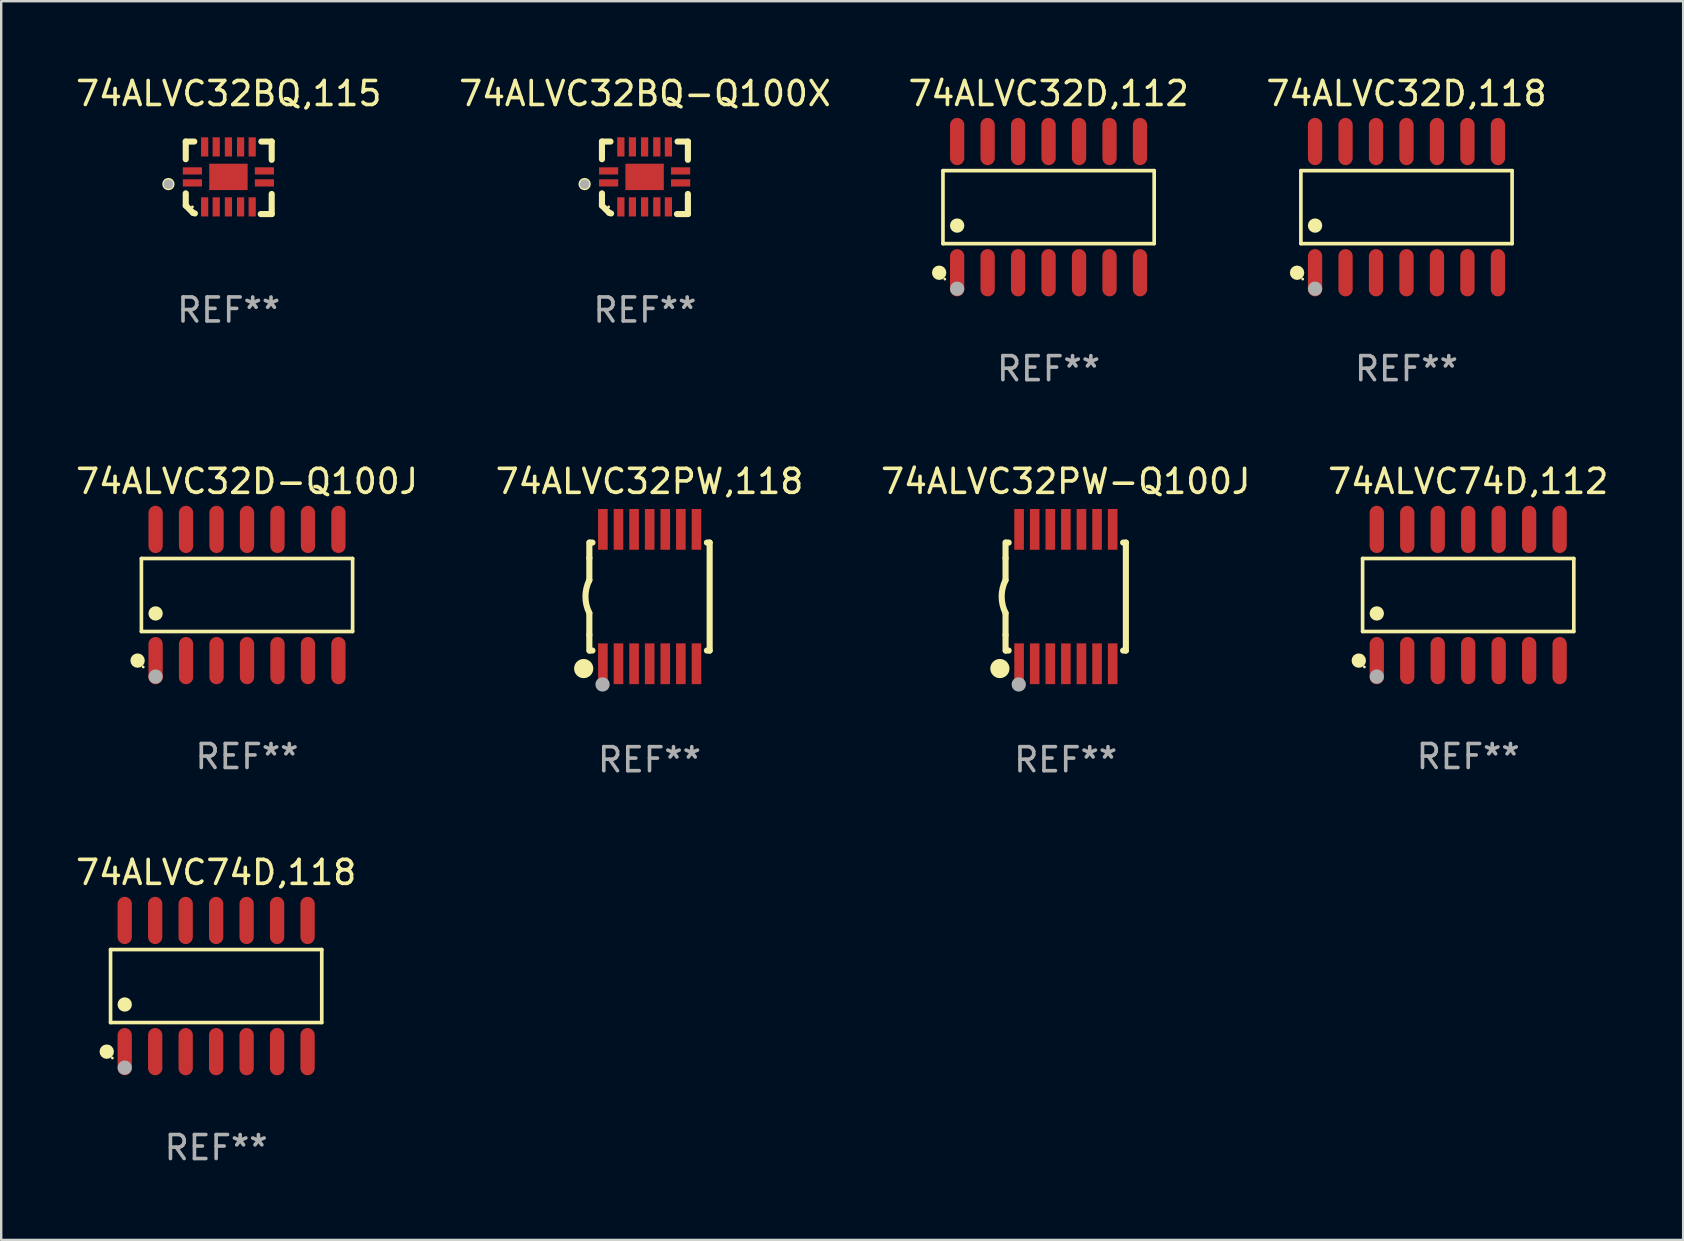
<source format=kicad_pcb>
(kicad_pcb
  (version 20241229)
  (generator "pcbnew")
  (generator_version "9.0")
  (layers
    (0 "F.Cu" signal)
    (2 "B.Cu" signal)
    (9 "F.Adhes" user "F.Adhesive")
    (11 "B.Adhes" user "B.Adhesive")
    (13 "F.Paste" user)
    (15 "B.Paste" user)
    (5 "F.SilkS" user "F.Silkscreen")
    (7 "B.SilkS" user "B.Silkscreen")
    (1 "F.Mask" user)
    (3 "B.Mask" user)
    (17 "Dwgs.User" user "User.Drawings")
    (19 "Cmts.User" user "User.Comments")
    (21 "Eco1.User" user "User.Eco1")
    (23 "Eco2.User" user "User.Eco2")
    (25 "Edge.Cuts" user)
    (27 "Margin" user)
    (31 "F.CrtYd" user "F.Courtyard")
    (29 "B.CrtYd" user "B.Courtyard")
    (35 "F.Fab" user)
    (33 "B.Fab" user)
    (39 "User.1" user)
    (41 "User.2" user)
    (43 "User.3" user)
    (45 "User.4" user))
  (footprint "74ALVC74D,112"
    (layer "F.Cu")
    (at 58.137 21.746)
    (property "Reference" "74ALVC74D,112" (at 0 -4.734 0) (layer "F.SilkS") (effects (font (size 1 1) (thickness 0.15))))
    (attr through_hole)
    (fp_line (start -4.401 -1.521) (end 4.401 -1.521) (stroke (width 0.152) (type solid)) (layer "F.SilkS"))
    (fp_line (start -4.401 1.521) (end -4.401 -1.521) (stroke (width 0.152) (type solid)) (layer "F.SilkS"))
    (fp_line (start 4.401 -1.521) (end 4.401 1.521) (stroke (width 0.152) (type solid)) (layer "F.SilkS"))
    (fp_line (start 4.401 1.521) (end -4.401 1.521) (stroke (width 0.152) (type solid)) (layer "F.SilkS"))
    (fp_circle (center -4.56 2.734) (end -4.41 2.734) (stroke (width 0.3) (type solid)) (fill no) (layer "F.SilkS"))
    (fp_circle (center -4.325 3) (end -4.295 3) (stroke (width 0.06) (type solid)) (fill no) (layer "F.SilkS"))
    (fp_circle (center -3.81 0.769) (end -3.66 0.769) (stroke (width 0.3) (type solid)) (fill no) (layer "F.SilkS"))
    (fp_circle (center -3.81 3.4) (end -3.66 3.4) (stroke (width 0.3) (type solid)) (fill no) (layer "F.Fab"))
    (fp_text user "REF**" (at 0 6.734 0) (layer "F.Fab") (effects (font (size 1 1) (thickness 0.15))))
    (pad "1" smd oval (at -3.81 2.734) (size 0.595 1.968) (layers "F.Cu" "F.Mask" "F.Paste"))
    (pad "2" smd oval (at -2.54 2.734) (size 0.595 1.968) (layers "F.Cu" "F.Mask" "F.Paste"))
    (pad "3" smd oval (at -1.27 2.734) (size 0.595 1.968) (layers "F.Cu" "F.Mask" "F.Paste"))
    (pad "4" smd oval (at 0 2.734) (size 0.595 1.968) (layers "F.Cu" "F.Mask" "F.Paste"))
    (pad "5" smd oval (at 1.27 2.734) (size 0.595 1.968) (layers "F.Cu" "F.Mask" "F.Paste"))
    (pad "6" smd oval (at 2.54 2.734) (size 0.595 1.968) (layers "F.Cu" "F.Mask" "F.Paste"))
    (pad "7" smd oval (at 3.81 2.734) (size 0.595 1.968) (layers "F.Cu" "F.Mask" "F.Paste"))
    (pad "8" smd oval (at 3.81 -2.734) (size 0.595 1.968) (layers "F.Cu" "F.Mask" "F.Paste"))
    (pad "9" smd oval (at 2.54 -2.734) (size 0.595 1.968) (layers "F.Cu" "F.Mask" "F.Paste"))
    (pad "10" smd oval (at 1.27 -2.734) (size 0.595 1.968) (layers "F.Cu" "F.Mask" "F.Paste"))
    (pad "11" smd oval (at 0 -2.734) (size 0.595 1.968) (layers "F.Cu" "F.Mask" "F.Paste"))
    (pad "12" smd oval (at -1.27 -2.734) (size 0.595 1.968) (layers "F.Cu" "F.Mask" "F.Paste"))
    (pad "13" smd oval (at -2.54 -2.734) (size 0.595 1.968) (layers "F.Cu" "F.Mask" "F.Paste"))
    (pad "14" smd oval (at -3.81 -2.734) (size 0.595 1.968) (layers "F.Cu" "F.Mask" "F.Paste")))
  (footprint "74ALVC32BQ,115"
    (layer "F.Cu")
    (at 6.482 4.36)
    (property "Reference" "74ALVC32BQ,115" (at 0 -3.511 0) (layer "F.SilkS") (effects (font (size 1 1) (thickness 0.15))))
    (attr through_hole)
    (fp_line (start -1.791 -1.511) (end -1.435 -1.511) (stroke (width 0.254) (type solid)) (layer "F.SilkS"))
    (fp_line (start -1.791 -0.775) (end -1.791 -1.511) (stroke (width 0.254) (type solid)) (layer "F.SilkS"))
    (fp_line (start -1.791 1.156) (end -1.791 0.648) (stroke (width 0.254) (type solid)) (layer "F.SilkS"))
    (fp_line (start -1.486 1.461) (end -1.791 1.156) (stroke (width 0.254) (type solid)) (layer "F.SilkS"))
    (fp_line (start -1.41 1.486) (end -1.486 1.461) (stroke (width 0.254) (type solid)) (layer "F.SilkS"))
    (fp_line (start 1.334 1.511) (end 1.791 1.511) (stroke (width 0.254) (type solid)) (layer "F.SilkS"))
    (fp_line (start 1.791 -1.511) (end 1.359 -1.511) (stroke (width 0.254) (type solid)) (layer "F.SilkS"))
    (fp_line (start 1.791 -0.749) (end 1.791 -1.511) (stroke (width 0.254) (type solid)) (layer "F.SilkS"))
    (fp_line (start 1.791 1.511) (end 1.791 0.673) (stroke (width 0.254) (type solid)) (layer "F.SilkS"))
    (fp_circle (center -2.513 0.262) (end -2.383 0.262) (stroke (width 0.254) (type solid)) (fill no) (layer "F.SilkS"))
    (fp_circle (center -1.513 1.212) (end -1.483 1.212) (stroke (width 0.06) (type solid)) (fill no) (layer "F.SilkS"))
    (fp_circle (center -2.513 0.262) (end -2.413 0.262) (stroke (width 0.2) (type solid)) (fill no) (layer "F.Fab"))
    (fp_text user "REF**" (at 0 5.511 0) (layer "F.Fab") (effects (font (size 1 1) (thickness 0.15))))
    (pad "1" smd rect (at -1.513 0.212) (size 0.8 0.3) (layers "F.Cu" "F.Mask" "F.Paste"))
    (pad "2" smd rect (at -1.003 1.212) (size 0.3 0.8) (layers "F.Cu" "F.Mask" "F.Paste"))
    (pad "3" smd rect (at -0.521 1.212) (size 0.3 0.8) (layers "F.Cu" "F.Mask" "F.Paste"))
    (pad "4" smd rect (at -0.013 1.212) (size 0.3 0.8) (layers "F.Cu" "F.Mask" "F.Paste"))
    (pad "5" smd rect (at 0.495 1.212) (size 0.3 0.8) (layers "F.Cu" "F.Mask" "F.Paste"))
    (pad "6" smd rect (at 0.978 1.212) (size 0.3 0.8) (layers "F.Cu" "F.Mask" "F.Paste"))
    (pad "7" smd rect (at 1.487 0.212) (size 0.8 0.3) (layers "F.Cu" "F.Mask" "F.Paste"))
    (pad "8" smd rect (at 1.487 -0.288) (size 0.8 0.3) (layers "F.Cu" "F.Mask" "F.Paste"))
    (pad "9" smd rect (at 0.978 -1.288) (size 0.3 0.8) (layers "F.Cu" "F.Mask" "F.Paste"))
    (pad "10" smd rect (at 0.495 -1.288) (size 0.3 0.8) (layers "F.Cu" "F.Mask" "F.Paste"))
    (pad "11" smd rect (at -0.013 -1.288) (size 0.3 0.8) (layers "F.Cu" "F.Mask" "F.Paste"))
    (pad "12" smd rect (at -0.521 -1.288) (size 0.3 0.8) (layers "F.Cu" "F.Mask" "F.Paste"))
    (pad "13" smd rect (at -1.003 -1.288) (size 0.3 0.8) (layers "F.Cu" "F.Mask" "F.Paste"))
    (pad "14" smd rect (at -1.513 -0.288) (size 0.8 0.3) (layers "F.Cu" "F.Mask" "F.Paste"))
    (pad "15" smd rect (at -0.013 -0.038 90) (size 1.1 1.6) (layers "F.Cu" "F.Mask" "F.Paste")))
  (footprint "74ALVC32D-Q100J"
    (layer "F.Cu")
    (at 7.244 21.746)
    (property "Reference" "74ALVC32D-Q100J" (at 0 -4.734 0) (layer "F.SilkS") (effects (font (size 1 1) (thickness 0.15))))
    (attr through_hole)
    (fp_line (start -4.401 -1.521) (end 4.401 -1.521) (stroke (width 0.152) (type solid)) (layer "F.SilkS"))
    (fp_line (start -4.401 1.521) (end -4.401 -1.521) (stroke (width 0.152) (type solid)) (layer "F.SilkS"))
    (fp_line (start 4.401 -1.521) (end 4.401 1.521) (stroke (width 0.152) (type solid)) (layer "F.SilkS"))
    (fp_line (start 4.401 1.521) (end -4.401 1.521) (stroke (width 0.152) (type solid)) (layer "F.SilkS"))
    (fp_circle (center -4.56 2.734) (end -4.41 2.734) (stroke (width 0.3) (type solid)) (fill no) (layer "F.SilkS"))
    (fp_circle (center -4.325 3) (end -4.295 3) (stroke (width 0.06) (type solid)) (fill no) (layer "F.SilkS"))
    (fp_circle (center -3.81 0.769) (end -3.66 0.769) (stroke (width 0.3) (type solid)) (fill no) (layer "F.SilkS"))
    (fp_circle (center -3.81 3.4) (end -3.66 3.4) (stroke (width 0.3) (type solid)) (fill no) (layer "F.Fab"))
    (fp_text user "REF**" (at 0 6.734 0) (layer "F.Fab") (effects (font (size 1 1) (thickness 0.15))))
    (pad "1" smd oval (at -3.81 2.734) (size 0.595 1.968) (layers "F.Cu" "F.Mask" "F.Paste"))
    (pad "2" smd oval (at -2.54 2.734) (size 0.595 1.968) (layers "F.Cu" "F.Mask" "F.Paste"))
    (pad "3" smd oval (at -1.27 2.734) (size 0.595 1.968) (layers "F.Cu" "F.Mask" "F.Paste"))
    (pad "4" smd oval (at 0 2.734) (size 0.595 1.968) (layers "F.Cu" "F.Mask" "F.Paste"))
    (pad "5" smd oval (at 1.27 2.734) (size 0.595 1.968) (layers "F.Cu" "F.Mask" "F.Paste"))
    (pad "6" smd oval (at 2.54 2.734) (size 0.595 1.968) (layers "F.Cu" "F.Mask" "F.Paste"))
    (pad "7" smd oval (at 3.81 2.734) (size 0.595 1.968) (layers "F.Cu" "F.Mask" "F.Paste"))
    (pad "8" smd oval (at 3.81 -2.734) (size 0.595 1.968) (layers "F.Cu" "F.Mask" "F.Paste"))
    (pad "9" smd oval (at 2.54 -2.734) (size 0.595 1.968) (layers "F.Cu" "F.Mask" "F.Paste"))
    (pad "10" smd oval (at 1.27 -2.734) (size 0.595 1.968) (layers "F.Cu" "F.Mask" "F.Paste"))
    (pad "11" smd oval (at 0 -2.734) (size 0.595 1.968) (layers "F.Cu" "F.Mask" "F.Paste"))
    (pad "12" smd oval (at -1.27 -2.734) (size 0.595 1.968) (layers "F.Cu" "F.Mask" "F.Paste"))
    (pad "13" smd oval (at -2.54 -2.734) (size 0.595 1.968) (layers "F.Cu" "F.Mask" "F.Paste"))
    (pad "14" smd oval (at -3.81 -2.734) (size 0.595 1.968) (layers "F.Cu" "F.Mask" "F.Paste")))
  (footprint "74ALVC32PW,118"
    (layer "F.Cu")
    (at 24.018 21.812)
    (property "Reference" "74ALVC32PW,118" (at 0 -4.8 0) (layer "F.SilkS") (effects (font (size 1 1) (thickness 0.15))))
    (attr through_hole)
    (fp_line (start -2.507 -1.6) (end -2.507 -2.25) (stroke (width 0.254) (type solid)) (layer "F.SilkS"))
    (fp_line (start -2.507 -0.686) (end -2.507 -1.6) (stroke (width 0.254) (type solid)) (layer "F.SilkS"))
    (fp_line (start -2.507 1.6) (end -2.507 0.686) (stroke (width 0.254) (type solid)) (layer "F.SilkS"))
    (fp_line (start -2.507 1.6) (end -2.507 2.25) (stroke (width 0.254) (type solid)) (layer "F.SilkS"))
    (fp_line (start -2.493 -2.25) (end -2.377 -2.25) (stroke (width 0.254) (type solid)) (layer "F.SilkS"))
    (fp_line (start -2.377 2.25) (end -2.493 2.25) (stroke (width 0.254) (type solid)) (layer "F.SilkS"))
    (fp_line (start 2.392 -2.25) (end 2.507 -2.25) (stroke (width 0.254) (type solid)) (layer "F.SilkS"))
    (fp_line (start 2.507 -2.25) (end 2.507 2.25) (stroke (width 0.254) (type solid)) (layer "F.SilkS"))
    (fp_line (start 2.507 2.25) (end 2.392 2.25) (stroke (width 0.254) (type solid)) (layer "F.SilkS"))
    (fp_arc (start -2.507303 0.685802) (mid -2.669199 0) (end -2.507303 -0.685801) (stroke (width 0.254001) (type solid)) (layer "F.SilkS"))
    (fp_circle (center -2.743 3) (end -2.543 3) (stroke (width 0.4) (type solid)) (fill no) (layer "F.SilkS"))
    (fp_circle (center -2.493 3.2) (end -2.463 3.2) (stroke (width 0.06) (type solid)) (fill no) (layer "F.SilkS"))
    (fp_circle (center -1.957 3.662) (end -1.807 3.662) (stroke (width 0.3) (type solid)) (fill no) (layer "F.Fab"))
    (fp_text user "REF**" (at 0 6.8 0) (layer "F.Fab") (effects (font (size 1 1) (thickness 0.15))))
    (pad "1" smd rect (at -1.943 2.8) (size 0.4 1.7) (layers "F.Cu" "F.Mask" "F.Paste"))
    (pad "2" smd rect (at -1.293 2.8) (size 0.4 1.7) (layers "F.Cu" "F.Mask" "F.Paste"))
    (pad "3" smd rect (at -0.643 2.8) (size 0.4 1.7) (layers "F.Cu" "F.Mask" "F.Paste"))
    (pad "4" smd rect (at 0.007 2.8) (size 0.4 1.7) (layers "F.Cu" "F.Mask" "F.Paste"))
    (pad "5" smd rect (at 0.657 2.8) (size 0.4 1.7) (layers "F.Cu" "F.Mask" "F.Paste"))
    (pad "6" smd rect (at 1.307 2.8) (size 0.4 1.7) (layers "F.Cu" "F.Mask" "F.Paste"))
    (pad "7" smd rect (at 1.957 2.8) (size 0.4 1.7) (layers "F.Cu" "F.Mask" "F.Paste"))
    (pad "8" smd rect (at 1.957 -2.8) (size 0.4 1.7) (layers "F.Cu" "F.Mask" "F.Paste"))
    (pad "9" smd rect (at 1.307 -2.8) (size 0.4 1.7) (layers "F.Cu" "F.Mask" "F.Paste"))
    (pad "10" smd rect (at 0.657 -2.8) (size 0.4 1.7) (layers "F.Cu" "F.Mask" "F.Paste"))
    (pad "11" smd rect (at 0.007 -2.8) (size 0.4 1.7) (layers "F.Cu" "F.Mask" "F.Paste"))
    (pad "12" smd rect (at -0.643 -2.8) (size 0.4 1.7) (layers "F.Cu" "F.Mask" "F.Paste"))
    (pad "13" smd rect (at -1.293 -2.8) (size 0.4 1.7) (layers "F.Cu" "F.Mask" "F.Paste"))
    (pad "14" smd rect (at -1.943 -2.8) (size 0.4 1.7) (layers "F.Cu" "F.Mask" "F.Paste")))
  (footprint "74ALVC74D,118"
    (layer "F.Cu")
    (at 5.958 38.043)
    (property "Reference" "74ALVC74D,118" (at 0 -4.734 0) (layer "F.SilkS") (effects (font (size 1 1) (thickness 0.15))))
    (attr through_hole)
    (fp_line (start -4.401 -1.521) (end 4.401 -1.521) (stroke (width 0.152) (type solid)) (layer "F.SilkS"))
    (fp_line (start -4.401 1.521) (end -4.401 -1.521) (stroke (width 0.152) (type solid)) (layer "F.SilkS"))
    (fp_line (start 4.401 -1.521) (end 4.401 1.521) (stroke (width 0.152) (type solid)) (layer "F.SilkS"))
    (fp_line (start 4.401 1.521) (end -4.401 1.521) (stroke (width 0.152) (type solid)) (layer "F.SilkS"))
    (fp_circle (center -4.56 2.734) (end -4.41 2.734) (stroke (width 0.3) (type solid)) (fill no) (layer "F.SilkS"))
    (fp_circle (center -4.325 3) (end -4.295 3) (stroke (width 0.06) (type solid)) (fill no) (layer "F.SilkS"))
    (fp_circle (center -3.81 0.769) (end -3.66 0.769) (stroke (width 0.3) (type solid)) (fill no) (layer "F.SilkS"))
    (fp_circle (center -3.81 3.4) (end -3.66 3.4) (stroke (width 0.3) (type solid)) (fill no) (layer "F.Fab"))
    (fp_text user "REF**" (at 0 6.734 0) (layer "F.Fab") (effects (font (size 1 1) (thickness 0.15))))
    (pad "1" smd oval (at -3.81 2.734) (size 0.595 1.968) (layers "F.Cu" "F.Mask" "F.Paste"))
    (pad "2" smd oval (at -2.54 2.734) (size 0.595 1.968) (layers "F.Cu" "F.Mask" "F.Paste"))
    (pad "3" smd oval (at -1.27 2.734) (size 0.595 1.968) (layers "F.Cu" "F.Mask" "F.Paste"))
    (pad "4" smd oval (at 0 2.734) (size 0.595 1.968) (layers "F.Cu" "F.Mask" "F.Paste"))
    (pad "5" smd oval (at 1.27 2.734) (size 0.595 1.968) (layers "F.Cu" "F.Mask" "F.Paste"))
    (pad "6" smd oval (at 2.54 2.734) (size 0.595 1.968) (layers "F.Cu" "F.Mask" "F.Paste"))
    (pad "7" smd oval (at 3.81 2.734) (size 0.595 1.968) (layers "F.Cu" "F.Mask" "F.Paste"))
    (pad "8" smd oval (at 3.81 -2.734) (size 0.595 1.968) (layers "F.Cu" "F.Mask" "F.Paste"))
    (pad "9" smd oval (at 2.54 -2.734) (size 0.595 1.968) (layers "F.Cu" "F.Mask" "F.Paste"))
    (pad "10" smd oval (at 1.27 -2.734) (size 0.595 1.968) (layers "F.Cu" "F.Mask" "F.Paste"))
    (pad "11" smd oval (at 0 -2.734) (size 0.595 1.968) (layers "F.Cu" "F.Mask" "F.Paste"))
    (pad "12" smd oval (at -1.27 -2.734) (size 0.595 1.968) (layers "F.Cu" "F.Mask" "F.Paste"))
    (pad "13" smd oval (at -2.54 -2.734) (size 0.595 1.968) (layers "F.Cu" "F.Mask" "F.Paste"))
    (pad "14" smd oval (at -3.81 -2.734) (size 0.595 1.968) (layers "F.Cu" "F.Mask" "F.Paste")))
  (footprint "74ALVC32PW-Q100J"
    (layer "F.Cu")
    (at 41.363 21.812)
    (property "Reference" "74ALVC32PW-Q100J" (at 0 -4.8 0) (layer "F.SilkS") (effects (font (size 1 1) (thickness 0.15))))
    (attr through_hole)
    (fp_line (start -2.507 -1.6) (end -2.507 -2.25) (stroke (width 0.254) (type solid)) (layer "F.SilkS"))
    (fp_line (start -2.507 -0.686) (end -2.507 -1.6) (stroke (width 0.254) (type solid)) (layer "F.SilkS"))
    (fp_line (start -2.507 1.6) (end -2.507 0.686) (stroke (width 0.254) (type solid)) (layer "F.SilkS"))
    (fp_line (start -2.507 1.6) (end -2.507 2.25) (stroke (width 0.254) (type solid)) (layer "F.SilkS"))
    (fp_line (start -2.493 -2.25) (end -2.377 -2.25) (stroke (width 0.254) (type solid)) (layer "F.SilkS"))
    (fp_line (start -2.377 2.25) (end -2.493 2.25) (stroke (width 0.254) (type solid)) (layer "F.SilkS"))
    (fp_line (start 2.392 -2.25) (end 2.507 -2.25) (stroke (width 0.254) (type solid)) (layer "F.SilkS"))
    (fp_line (start 2.507 -2.25) (end 2.507 2.25) (stroke (width 0.254) (type solid)) (layer "F.SilkS"))
    (fp_line (start 2.507 2.25) (end 2.392 2.25) (stroke (width 0.254) (type solid)) (layer "F.SilkS"))
    (fp_arc (start -2.507303 0.685802) (mid -2.669199 0) (end -2.507303 -0.685801) (stroke (width 0.254001) (type solid)) (layer "F.SilkS"))
    (fp_circle (center -2.743 3) (end -2.543 3) (stroke (width 0.4) (type solid)) (fill no) (layer "F.SilkS"))
    (fp_circle (center -2.493 3.2) (end -2.463 3.2) (stroke (width 0.06) (type solid)) (fill no) (layer "F.SilkS"))
    (fp_circle (center -1.957 3.662) (end -1.807 3.662) (stroke (width 0.3) (type solid)) (fill no) (layer "F.Fab"))
    (fp_text user "REF**" (at 0 6.8 0) (layer "F.Fab") (effects (font (size 1 1) (thickness 0.15))))
    (pad "1" smd rect (at -1.943 2.8) (size 0.4 1.7) (layers "F.Cu" "F.Mask" "F.Paste"))
    (pad "2" smd rect (at -1.293 2.8) (size 0.4 1.7) (layers "F.Cu" "F.Mask" "F.Paste"))
    (pad "3" smd rect (at -0.643 2.8) (size 0.4 1.7) (layers "F.Cu" "F.Mask" "F.Paste"))
    (pad "4" smd rect (at 0.007 2.8) (size 0.4 1.7) (layers "F.Cu" "F.Mask" "F.Paste"))
    (pad "5" smd rect (at 0.657 2.8) (size 0.4 1.7) (layers "F.Cu" "F.Mask" "F.Paste"))
    (pad "6" smd rect (at 1.307 2.8) (size 0.4 1.7) (layers "F.Cu" "F.Mask" "F.Paste"))
    (pad "7" smd rect (at 1.957 2.8) (size 0.4 1.7) (layers "F.Cu" "F.Mask" "F.Paste"))
    (pad "8" smd rect (at 1.957 -2.8) (size 0.4 1.7) (layers "F.Cu" "F.Mask" "F.Paste"))
    (pad "9" smd rect (at 1.307 -2.8) (size 0.4 1.7) (layers "F.Cu" "F.Mask" "F.Paste"))
    (pad "10" smd rect (at 0.657 -2.8) (size 0.4 1.7) (layers "F.Cu" "F.Mask" "F.Paste"))
    (pad "11" smd rect (at 0.007 -2.8) (size 0.4 1.7) (layers "F.Cu" "F.Mask" "F.Paste"))
    (pad "12" smd rect (at -0.643 -2.8) (size 0.4 1.7) (layers "F.Cu" "F.Mask" "F.Paste"))
    (pad "13" smd rect (at -1.293 -2.8) (size 0.4 1.7) (layers "F.Cu" "F.Mask" "F.Paste"))
    (pad "14" smd rect (at -1.943 -2.8) (size 0.4 1.7) (layers "F.Cu" "F.Mask" "F.Paste")))
  (footprint "74ALVC32D,118"
    (layer "F.Cu")
    (at 55.565 5.582)
    (property "Reference" "74ALVC32D,118" (at 0 -4.734 0) (layer "F.SilkS") (effects (font (size 1 1) (thickness 0.15))))
    (attr through_hole)
    (fp_line (start -4.401 -1.521) (end 4.401 -1.521) (stroke (width 0.152) (type solid)) (layer "F.SilkS"))
    (fp_line (start -4.401 1.521) (end -4.401 -1.521) (stroke (width 0.152) (type solid)) (layer "F.SilkS"))
    (fp_line (start 4.401 -1.521) (end 4.401 1.521) (stroke (width 0.152) (type solid)) (layer "F.SilkS"))
    (fp_line (start 4.401 1.521) (end -4.401 1.521) (stroke (width 0.152) (type solid)) (layer "F.SilkS"))
    (fp_circle (center -4.56 2.734) (end -4.41 2.734) (stroke (width 0.3) (type solid)) (fill no) (layer "F.SilkS"))
    (fp_circle (center -4.325 3) (end -4.295 3) (stroke (width 0.06) (type solid)) (fill no) (layer "F.SilkS"))
    (fp_circle (center -3.81 0.769) (end -3.66 0.769) (stroke (width 0.3) (type solid)) (fill no) (layer "F.SilkS"))
    (fp_circle (center -3.81 3.4) (end -3.66 3.4) (stroke (width 0.3) (type solid)) (fill no) (layer "F.Fab"))
    (fp_text user "REF**" (at 0 6.734 0) (layer "F.Fab") (effects (font (size 1 1) (thickness 0.15))))
    (pad "1" smd oval (at -3.81 2.734) (size 0.595 1.968) (layers "F.Cu" "F.Mask" "F.Paste"))
    (pad "2" smd oval (at -2.54 2.734) (size 0.595 1.968) (layers "F.Cu" "F.Mask" "F.Paste"))
    (pad "3" smd oval (at -1.27 2.734) (size 0.595 1.968) (layers "F.Cu" "F.Mask" "F.Paste"))
    (pad "4" smd oval (at 0 2.734) (size 0.595 1.968) (layers "F.Cu" "F.Mask" "F.Paste"))
    (pad "5" smd oval (at 1.27 2.734) (size 0.595 1.968) (layers "F.Cu" "F.Mask" "F.Paste"))
    (pad "6" smd oval (at 2.54 2.734) (size 0.595 1.968) (layers "F.Cu" "F.Mask" "F.Paste"))
    (pad "7" smd oval (at 3.81 2.734) (size 0.595 1.968) (layers "F.Cu" "F.Mask" "F.Paste"))
    (pad "8" smd oval (at 3.81 -2.734) (size 0.595 1.968) (layers "F.Cu" "F.Mask" "F.Paste"))
    (pad "9" smd oval (at 2.54 -2.734) (size 0.595 1.968) (layers "F.Cu" "F.Mask" "F.Paste"))
    (pad "10" smd oval (at 1.27 -2.734) (size 0.595 1.968) (layers "F.Cu" "F.Mask" "F.Paste"))
    (pad "11" smd oval (at 0 -2.734) (size 0.595 1.968) (layers "F.Cu" "F.Mask" "F.Paste"))
    (pad "12" smd oval (at -1.27 -2.734) (size 0.595 1.968) (layers "F.Cu" "F.Mask" "F.Paste"))
    (pad "13" smd oval (at -2.54 -2.734) (size 0.595 1.968) (layers "F.Cu" "F.Mask" "F.Paste"))
    (pad "14" smd oval (at -3.81 -2.734) (size 0.595 1.968) (layers "F.Cu" "F.Mask" "F.Paste")))
  (footprint "74ALVC32D,112"
    (layer "F.Cu")
    (at 40.649 5.582)
    (property "Reference" "74ALVC32D,112" (at 0 -4.734 0) (layer "F.SilkS") (effects (font (size 1 1) (thickness 0.15))))
    (attr through_hole)
    (fp_line (start -4.401 -1.521) (end 4.401 -1.521) (stroke (width 0.152) (type solid)) (layer "F.SilkS"))
    (fp_line (start -4.401 1.521) (end -4.401 -1.521) (stroke (width 0.152) (type solid)) (layer "F.SilkS"))
    (fp_line (start 4.401 -1.521) (end 4.401 1.521) (stroke (width 0.152) (type solid)) (layer "F.SilkS"))
    (fp_line (start 4.401 1.521) (end -4.401 1.521) (stroke (width 0.152) (type solid)) (layer "F.SilkS"))
    (fp_circle (center -4.56 2.734) (end -4.41 2.734) (stroke (width 0.3) (type solid)) (fill no) (layer "F.SilkS"))
    (fp_circle (center -4.325 3) (end -4.295 3) (stroke (width 0.06) (type solid)) (fill no) (layer "F.SilkS"))
    (fp_circle (center -3.81 0.769) (end -3.66 0.769) (stroke (width 0.3) (type solid)) (fill no) (layer "F.SilkS"))
    (fp_circle (center -3.81 3.4) (end -3.66 3.4) (stroke (width 0.3) (type solid)) (fill no) (layer "F.Fab"))
    (fp_text user "REF**" (at 0 6.734 0) (layer "F.Fab") (effects (font (size 1 1) (thickness 0.15))))
    (pad "1" smd oval (at -3.81 2.734) (size 0.595 1.968) (layers "F.Cu" "F.Mask" "F.Paste"))
    (pad "2" smd oval (at -2.54 2.734) (size 0.595 1.968) (layers "F.Cu" "F.Mask" "F.Paste"))
    (pad "3" smd oval (at -1.27 2.734) (size 0.595 1.968) (layers "F.Cu" "F.Mask" "F.Paste"))
    (pad "4" smd oval (at 0 2.734) (size 0.595 1.968) (layers "F.Cu" "F.Mask" "F.Paste"))
    (pad "5" smd oval (at 1.27 2.734) (size 0.595 1.968) (layers "F.Cu" "F.Mask" "F.Paste"))
    (pad "6" smd oval (at 2.54 2.734) (size 0.595 1.968) (layers "F.Cu" "F.Mask" "F.Paste"))
    (pad "7" smd oval (at 3.81 2.734) (size 0.595 1.968) (layers "F.Cu" "F.Mask" "F.Paste"))
    (pad "8" smd oval (at 3.81 -2.734) (size 0.595 1.968) (layers "F.Cu" "F.Mask" "F.Paste"))
    (pad "9" smd oval (at 2.54 -2.734) (size 0.595 1.968) (layers "F.Cu" "F.Mask" "F.Paste"))
    (pad "10" smd oval (at 1.27 -2.734) (size 0.595 1.968) (layers "F.Cu" "F.Mask" "F.Paste"))
    (pad "11" smd oval (at 0 -2.734) (size 0.595 1.968) (layers "F.Cu" "F.Mask" "F.Paste"))
    (pad "12" smd oval (at -1.27 -2.734) (size 0.595 1.968) (layers "F.Cu" "F.Mask" "F.Paste"))
    (pad "13" smd oval (at -2.54 -2.734) (size 0.595 1.968) (layers "F.Cu" "F.Mask" "F.Paste"))
    (pad "14" smd oval (at -3.81 -2.734) (size 0.595 1.968) (layers "F.Cu" "F.Mask" "F.Paste")))
  (footprint "74ALVC32BQ-Q100X"
    (layer "F.Cu")
    (at 23.827 4.36)
    (property "Reference" "74ALVC32BQ-Q100X" (at 0 -3.511 0) (layer "F.SilkS") (effects (font (size 1 1) (thickness 0.15))))
    (attr through_hole)
    (fp_line (start -1.791 -1.511) (end -1.435 -1.511) (stroke (width 0.254) (type solid)) (layer "F.SilkS"))
    (fp_line (start -1.791 -0.775) (end -1.791 -1.511) (stroke (width 0.254) (type solid)) (layer "F.SilkS"))
    (fp_line (start -1.791 1.156) (end -1.791 0.648) (stroke (width 0.254) (type solid)) (layer "F.SilkS"))
    (fp_line (start -1.486 1.461) (end -1.791 1.156) (stroke (width 0.254) (type solid)) (layer "F.SilkS"))
    (fp_line (start -1.41 1.486) (end -1.486 1.461) (stroke (width 0.254) (type solid)) (layer "F.SilkS"))
    (fp_line (start 1.334 1.511) (end 1.791 1.511) (stroke (width 0.254) (type solid)) (layer "F.SilkS"))
    (fp_line (start 1.791 -1.511) (end 1.359 -1.511) (stroke (width 0.254) (type solid)) (layer "F.SilkS"))
    (fp_line (start 1.791 -0.749) (end 1.791 -1.511) (stroke (width 0.254) (type solid)) (layer "F.SilkS"))
    (fp_line (start 1.791 1.511) (end 1.791 0.673) (stroke (width 0.254) (type solid)) (layer "F.SilkS"))
    (fp_circle (center -2.513 0.262) (end -2.383 0.262) (stroke (width 0.254) (type solid)) (fill no) (layer "F.SilkS"))
    (fp_circle (center -1.513 1.212) (end -1.483 1.212) (stroke (width 0.06) (type solid)) (fill no) (layer "F.SilkS"))
    (fp_circle (center -2.513 0.262) (end -2.413 0.262) (stroke (width 0.2) (type solid)) (fill no) (layer "F.Fab"))
    (fp_text user "REF**" (at 0 5.511 0) (layer "F.Fab") (effects (font (size 1 1) (thickness 0.15))))
    (pad "1" smd rect (at -1.513 0.212) (size 0.8 0.3) (layers "F.Cu" "F.Mask" "F.Paste"))
    (pad "2" smd rect (at -1.003 1.212) (size 0.3 0.8) (layers "F.Cu" "F.Mask" "F.Paste"))
    (pad "3" smd rect (at -0.521 1.212) (size 0.3 0.8) (layers "F.Cu" "F.Mask" "F.Paste"))
    (pad "4" smd rect (at -0.013 1.212) (size 0.3 0.8) (layers "F.Cu" "F.Mask" "F.Paste"))
    (pad "5" smd rect (at 0.495 1.212) (size 0.3 0.8) (layers "F.Cu" "F.Mask" "F.Paste"))
    (pad "6" smd rect (at 0.978 1.212) (size 0.3 0.8) (layers "F.Cu" "F.Mask" "F.Paste"))
    (pad "7" smd rect (at 1.487 0.212) (size 0.8 0.3) (layers "F.Cu" "F.Mask" "F.Paste"))
    (pad "8" smd rect (at 1.487 -0.288) (size 0.8 0.3) (layers "F.Cu" "F.Mask" "F.Paste"))
    (pad "9" smd rect (at 0.978 -1.288) (size 0.3 0.8) (layers "F.Cu" "F.Mask" "F.Paste"))
    (pad "10" smd rect (at 0.495 -1.288) (size 0.3 0.8) (layers "F.Cu" "F.Mask" "F.Paste"))
    (pad "11" smd rect (at -0.013 -1.288) (size 0.3 0.8) (layers "F.Cu" "F.Mask" "F.Paste"))
    (pad "12" smd rect (at -0.521 -1.288) (size 0.3 0.8) (layers "F.Cu" "F.Mask" "F.Paste"))
    (pad "13" smd rect (at -1.003 -1.288) (size 0.3 0.8) (layers "F.Cu" "F.Mask" "F.Paste"))
    (pad "14" smd rect (at -1.513 -0.288) (size 0.8 0.3) (layers "F.Cu" "F.Mask" "F.Paste"))
    (pad "15" smd rect (at -0.013 -0.038 90) (size 1.1 1.6) (layers "F.Cu" "F.Mask" "F.Paste")))
  (gr_rect
    (start -3 -3)
    (end 67.095 48.625)
    (stroke (width 0.1) (type default))
    (fill no)
    (layer "Edge.Cuts")))
</source>
